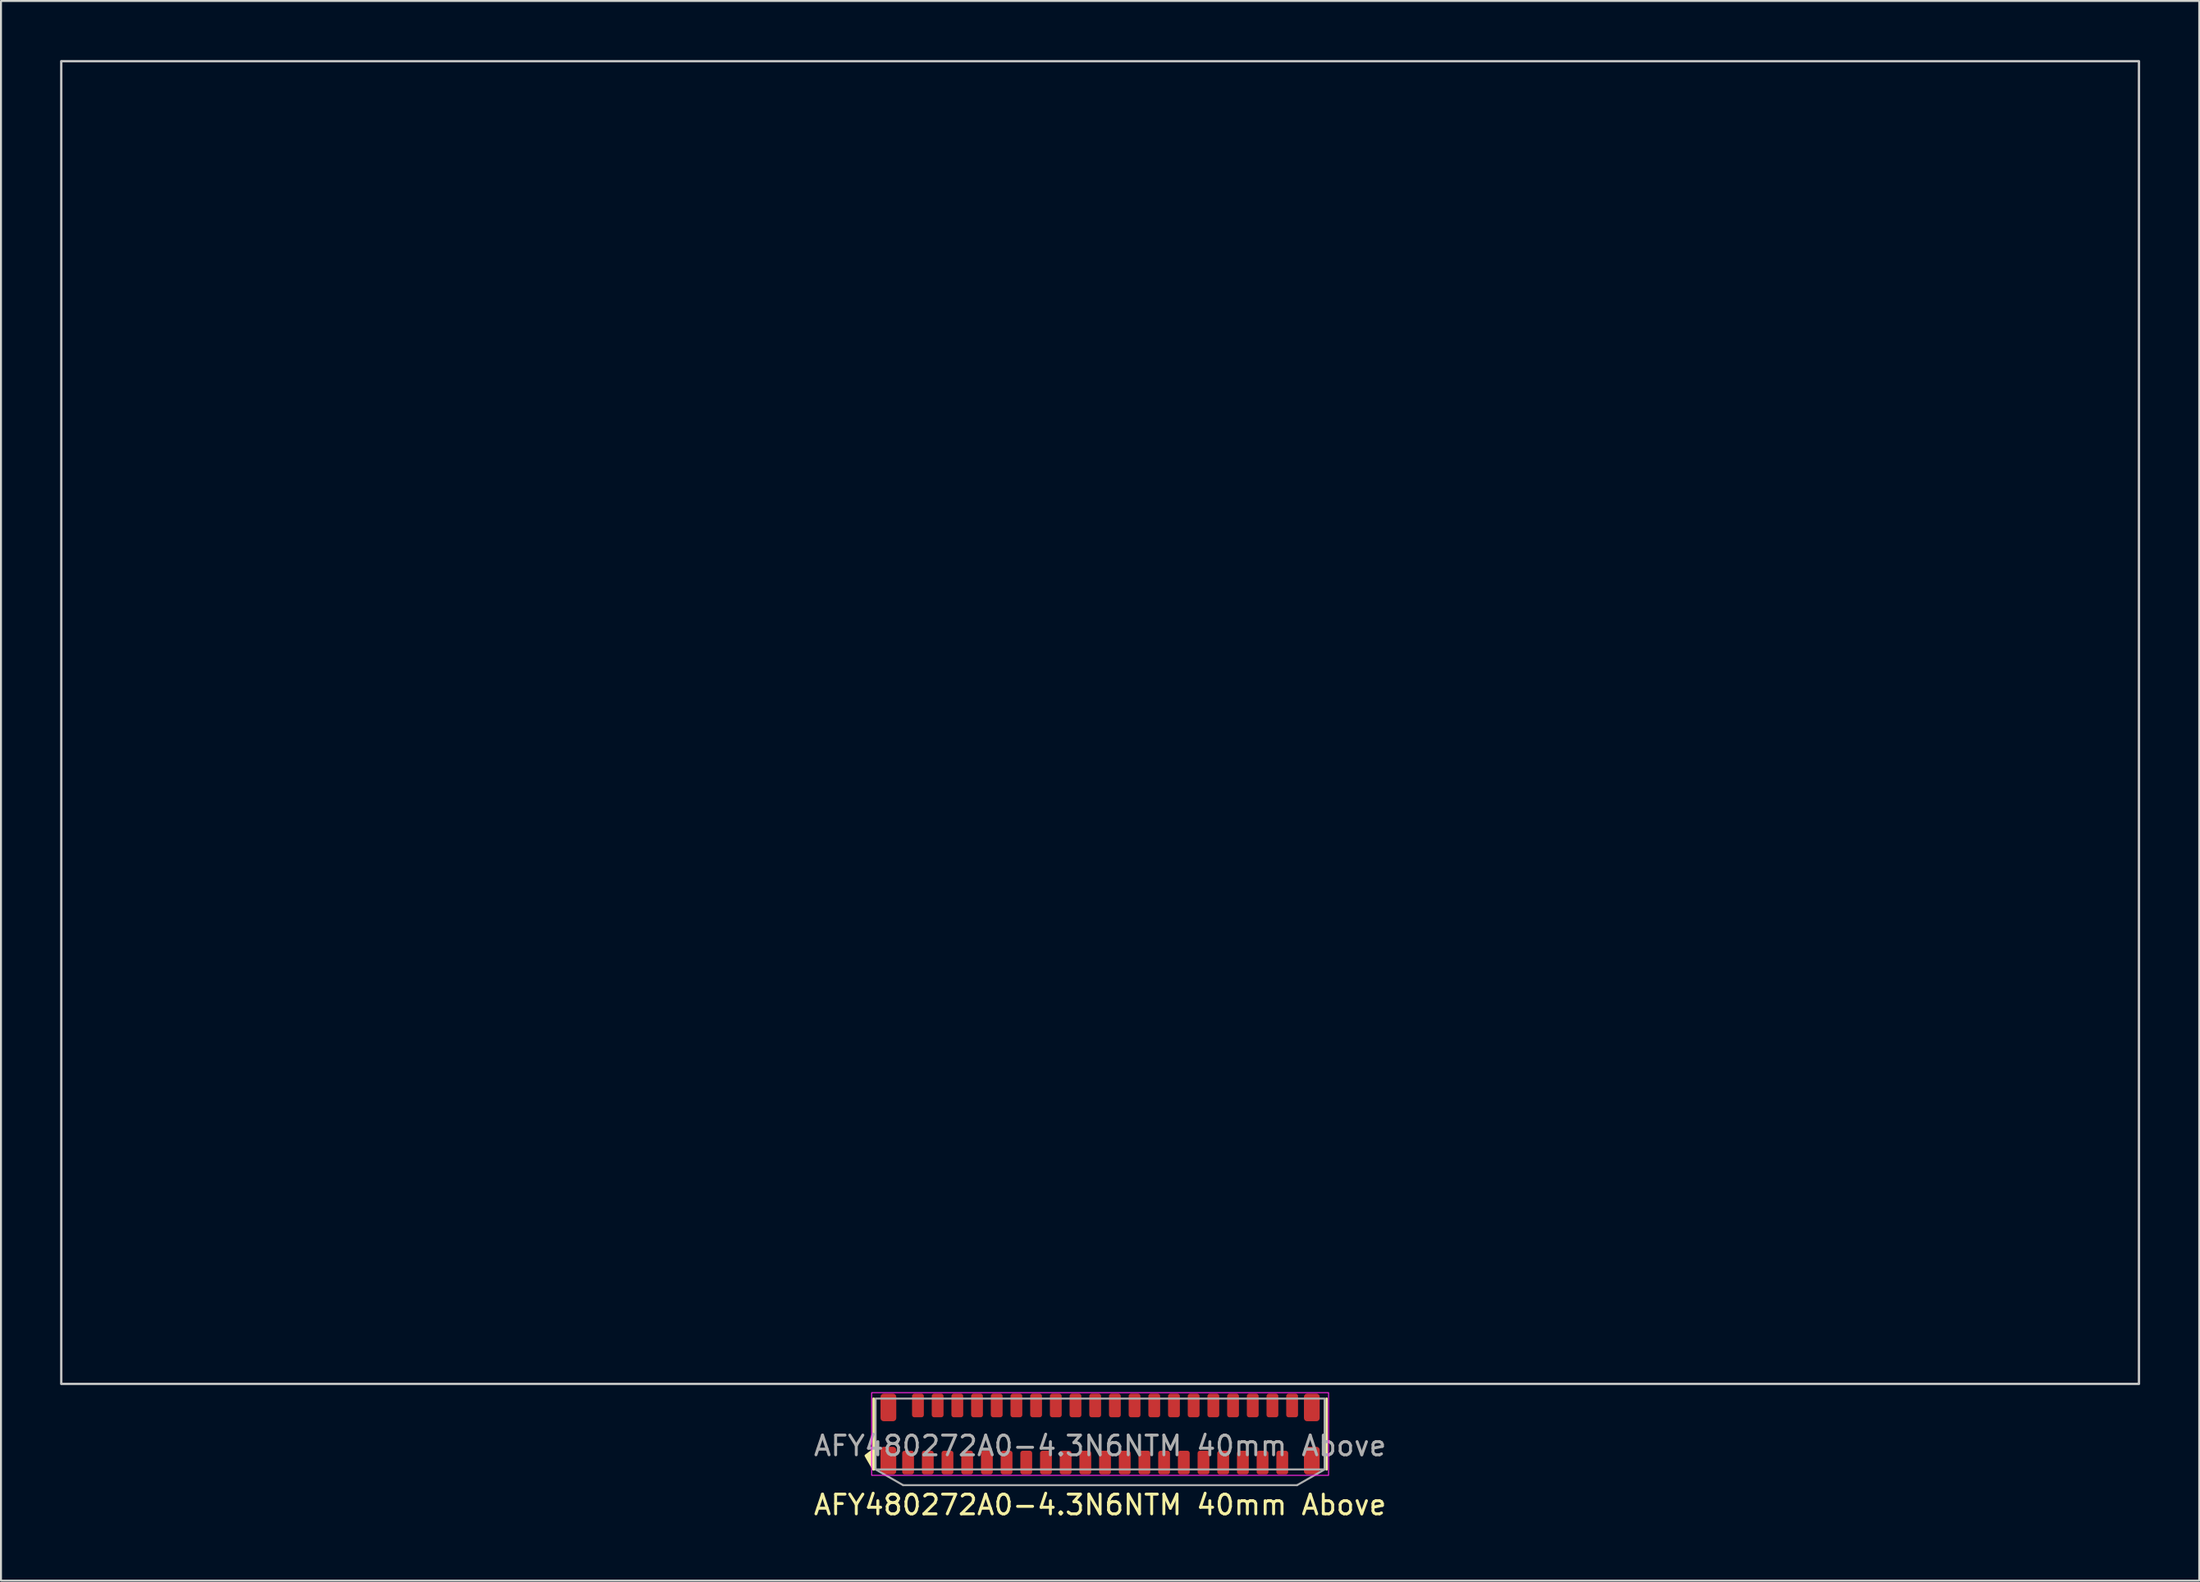
<source format=kicad_pcb>
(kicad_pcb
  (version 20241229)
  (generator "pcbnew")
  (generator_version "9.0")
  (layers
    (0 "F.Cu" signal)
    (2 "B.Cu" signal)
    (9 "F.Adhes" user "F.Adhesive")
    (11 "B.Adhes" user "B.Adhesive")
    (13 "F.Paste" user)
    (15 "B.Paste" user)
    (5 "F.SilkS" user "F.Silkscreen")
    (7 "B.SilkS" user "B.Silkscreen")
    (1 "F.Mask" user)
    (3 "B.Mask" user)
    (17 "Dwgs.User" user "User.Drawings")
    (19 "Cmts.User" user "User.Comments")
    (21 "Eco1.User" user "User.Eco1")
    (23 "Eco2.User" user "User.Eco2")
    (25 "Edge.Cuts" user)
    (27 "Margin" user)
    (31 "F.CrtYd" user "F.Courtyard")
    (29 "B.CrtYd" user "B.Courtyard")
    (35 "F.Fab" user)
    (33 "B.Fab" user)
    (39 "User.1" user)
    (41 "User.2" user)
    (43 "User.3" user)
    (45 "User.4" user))
  (footprint "AFY480272A0-4.3N6NTM 40mm Above"
    (layer "F.Cu")
    (at 52.81 69.807)
    (property "Reference" "AFY480272A0-4.3N6NTM 40mm Above" (at 0 3.6 0) (unlocked yes) (layer "F.SilkS") (effects (font (size 1 1) (thickness 0.15))))
    (attr smd)
    (fp_line (start -11.5 -1.8) (end -11.5 1.8) (stroke (width 0.12) (type default)) (layer "F.SilkS"))
    (fp_line (start 11.5 -1.8) (end 11.5 1.8) (stroke (width 0.12) (type default)) (layer "F.SilkS"))
    (fp_poly (pts (xy -11.5 1.8) (xy -11.9 1.1) (xy -11.5 0.8)) (stroke (width 0.12) (type solid)) (fill yes) (layer "F.SilkS"))
    (fp_rect (start -52.75 -69.747) (end 52.75 -2.547) (stroke (width 0.12) (type default)) (fill no) (layer "Dwgs.User"))
    (fp_rect (start -11.6 -2.1) (end 11.6 2.1) (stroke (width 0.05) (type default)) (fill no) (layer "F.CrtYd"))
    (fp_line (start -11.4 1.8) (end -10 2.6) (stroke (width 0.1) (type default)) (layer "F.Fab"))
    (fp_line (start -10 2.6) (end 10 2.6) (stroke (width 0.1) (type default)) (layer "F.Fab"))
    (fp_line (start 10 2.6) (end 11.4 1.8) (stroke (width 0.1) (type default)) (layer "F.Fab"))
    (fp_rect (start -11.4 1.8) (end 11.4 -1.8) (stroke (width 0.1) (type default)) (fill no) (layer "F.Fab"))
    (fp_line (start 0 0) (end 0 -2.547) (stroke (width 0.01) (type default)) (layer "User.1"))
    (fp_text user "${REFERENCE}" (at 0 0.6 0) (unlocked yes) (layer "F.Fab") (effects (font (size 1 1) (thickness 0.15))))
    (pad "1" smd roundrect (at 9.75 -1.45) (size 0.6 1.2) (layers "F.Cu" "F.Mask" "F.Paste") (roundrect_rratio 0.2))
    (pad "2" smd roundrect (at 9.25 1.45) (size 0.6 1.2) (layers "F.Cu" "F.Mask" "F.Paste") (roundrect_rratio 0.2))
    (pad "3" smd roundrect (at 8.75 -1.45) (size 0.6 1.2) (layers "F.Cu" "F.Mask" "F.Paste") (roundrect_rratio 0.2))
    (pad "4" smd roundrect (at 8.25 1.45) (size 0.6 1.2) (layers "F.Cu" "F.Mask" "F.Paste") (roundrect_rratio 0.2))
    (pad "5" smd roundrect (at 7.75 -1.45) (size 0.6 1.2) (layers "F.Cu" "F.Mask" "F.Paste") (roundrect_rratio 0.2))
    (pad "6" smd roundrect (at 7.25 1.45) (size 0.6 1.2) (layers "F.Cu" "F.Mask" "F.Paste") (roundrect_rratio 0.2))
    (pad "7" smd roundrect (at 6.75 -1.45) (size 0.6 1.2) (layers "F.Cu" "F.Mask" "F.Paste") (roundrect_rratio 0.2))
    (pad "8" smd roundrect (at 6.25 1.45) (size 0.6 1.2) (layers "F.Cu" "F.Mask" "F.Paste") (roundrect_rratio 0.2))
    (pad "9" smd roundrect (at 5.75 -1.45) (size 0.6 1.2) (layers "F.Cu" "F.Mask" "F.Paste") (roundrect_rratio 0.2))
    (pad "10" smd roundrect (at 5.25 1.45) (size 0.6 1.2) (layers "F.Cu" "F.Mask" "F.Paste") (roundrect_rratio 0.2))
    (pad "11" smd roundrect (at 4.75 -1.45) (size 0.6 1.2) (layers "F.Cu" "F.Mask" "F.Paste") (roundrect_rratio 0.2))
    (pad "12" smd roundrect (at 4.25 1.45) (size 0.6 1.2) (layers "F.Cu" "F.Mask" "F.Paste") (roundrect_rratio 0.2))
    (pad "13" smd roundrect (at 3.75 -1.45) (size 0.6 1.2) (layers "F.Cu" "F.Mask" "F.Paste") (roundrect_rratio 0.2))
    (pad "14" smd roundrect (at 3.25 1.45) (size 0.6 1.2) (layers "F.Cu" "F.Mask" "F.Paste") (roundrect_rratio 0.2))
    (pad "15" smd roundrect (at 2.75 -1.45) (size 0.6 1.2) (layers "F.Cu" "F.Mask" "F.Paste") (roundrect_rratio 0.2))
    (pad "16" smd roundrect (at 2.25 1.45) (size 0.6 1.2) (layers "F.Cu" "F.Mask" "F.Paste") (roundrect_rratio 0.2))
    (pad "17" smd roundrect (at 1.75 -1.45) (size 0.6 1.2) (layers "F.Cu" "F.Mask" "F.Paste") (roundrect_rratio 0.2))
    (pad "18" smd roundrect (at 1.25 1.45) (size 0.6 1.2) (layers "F.Cu" "F.Mask" "F.Paste") (roundrect_rratio 0.2))
    (pad "19" smd roundrect (at 0.75 -1.45) (size 0.6 1.2) (layers "F.Cu" "F.Mask" "F.Paste") (roundrect_rratio 0.2))
    (pad "20" smd roundrect (at 0.25 1.45) (size 0.6 1.2) (layers "F.Cu" "F.Mask" "F.Paste") (roundrect_rratio 0.2))
    (pad "21" smd roundrect (at -0.25 -1.45) (size 0.6 1.2) (layers "F.Cu" "F.Mask" "F.Paste") (roundrect_rratio 0.2))
    (pad "22" smd roundrect (at -0.75 1.45) (size 0.6 1.2) (layers "F.Cu" "F.Mask" "F.Paste") (roundrect_rratio 0.2))
    (pad "23" smd roundrect (at -1.25 -1.45) (size 0.6 1.2) (layers "F.Cu" "F.Mask" "F.Paste") (roundrect_rratio 0.2))
    (pad "24" smd roundrect (at -1.75 1.45) (size 0.6 1.2) (layers "F.Cu" "F.Mask" "F.Paste") (roundrect_rratio 0.2))
    (pad "25" smd roundrect (at -2.25 -1.45) (size 0.6 1.2) (layers "F.Cu" "F.Mask" "F.Paste") (roundrect_rratio 0.2))
    (pad "26" smd roundrect (at -2.75 1.45) (size 0.6 1.2) (layers "F.Cu" "F.Mask" "F.Paste") (roundrect_rratio 0.2))
    (pad "27" smd roundrect (at -3.25 -1.45) (size 0.6 1.2) (layers "F.Cu" "F.Mask" "F.Paste") (roundrect_rratio 0.2))
    (pad "28" smd roundrect (at -3.75 1.45) (size 0.6 1.2) (layers "F.Cu" "F.Mask" "F.Paste") (roundrect_rratio 0.2))
    (pad "29" smd roundrect (at -4.25 -1.45) (size 0.6 1.2) (layers "F.Cu" "F.Mask" "F.Paste") (roundrect_rratio 0.2))
    (pad "30" smd roundrect (at -4.75 1.45) (size 0.6 1.2) (layers "F.Cu" "F.Mask" "F.Paste") (roundrect_rratio 0.2))
    (pad "31" smd roundrect (at -5.25 -1.45) (size 0.6 1.2) (layers "F.Cu" "F.Mask" "F.Paste") (roundrect_rratio 0.2))
    (pad "32" smd roundrect (at -5.75 1.45) (size 0.6 1.2) (layers "F.Cu" "F.Mask" "F.Paste") (roundrect_rratio 0.2))
    (pad "33" smd roundrect (at -6.25 -1.45) (size 0.6 1.2) (layers "F.Cu" "F.Mask" "F.Paste") (roundrect_rratio 0.2))
    (pad "34" smd roundrect (at -6.75 1.45) (size 0.6 1.2) (layers "F.Cu" "F.Mask" "F.Paste") (roundrect_rratio 0.2))
    (pad "35" smd roundrect (at -7.25 -1.45) (size 0.6 1.2) (layers "F.Cu" "F.Mask" "F.Paste") (roundrect_rratio 0.2))
    (pad "36" smd roundrect (at -7.75 1.45) (size 0.6 1.2) (layers "F.Cu" "F.Mask" "F.Paste") (roundrect_rratio 0.2))
    (pad "37" smd roundrect (at -8.25 -1.45) (size 0.6 1.2) (layers "F.Cu" "F.Mask" "F.Paste") (roundrect_rratio 0.2))
    (pad "38" smd roundrect (at -8.75 1.45) (size 0.6 1.2) (layers "F.Cu" "F.Mask" "F.Paste") (roundrect_rratio 0.2))
    (pad "39" smd roundrect (at -9.25 -1.45) (size 0.6 1.2) (layers "F.Cu" "F.Mask" "F.Paste") (roundrect_rratio 0.2))
    (pad "40" smd roundrect (at -9.75 1.45) (size 0.6 1.2) (layers "F.Cu" "F.Mask" "F.Paste") (roundrect_rratio 0.2))
    (pad "MP" smd roundrect (at -10.75 -1.35) (size 0.8 1.4) (layers "F.Cu" "F.Mask" "F.Paste") (roundrect_rratio 0.2))
    (pad "MP" smd roundrect (at -10.75 1.35) (size 0.8 1.4) (layers "F.Cu" "F.Mask" "F.Paste") (roundrect_rratio 0.2))
    (pad "MP" smd roundrect (at 10.75 -1.35) (size 0.8 1.4) (layers "F.Cu" "F.Mask" "F.Paste") (roundrect_rratio 0.2))
    (pad "MP" smd roundrect (at 10.75 1.35) (size 0.8 1.4) (layers "F.Cu" "F.Mask" "F.Paste") (roundrect_rratio 0.2)))
  (gr_rect
    (start -3 -3)
    (end 108.62 77.255)
    (stroke (width 0.1) (type default))
    (fill no)
    (layer "Edge.Cuts")))
</source>
